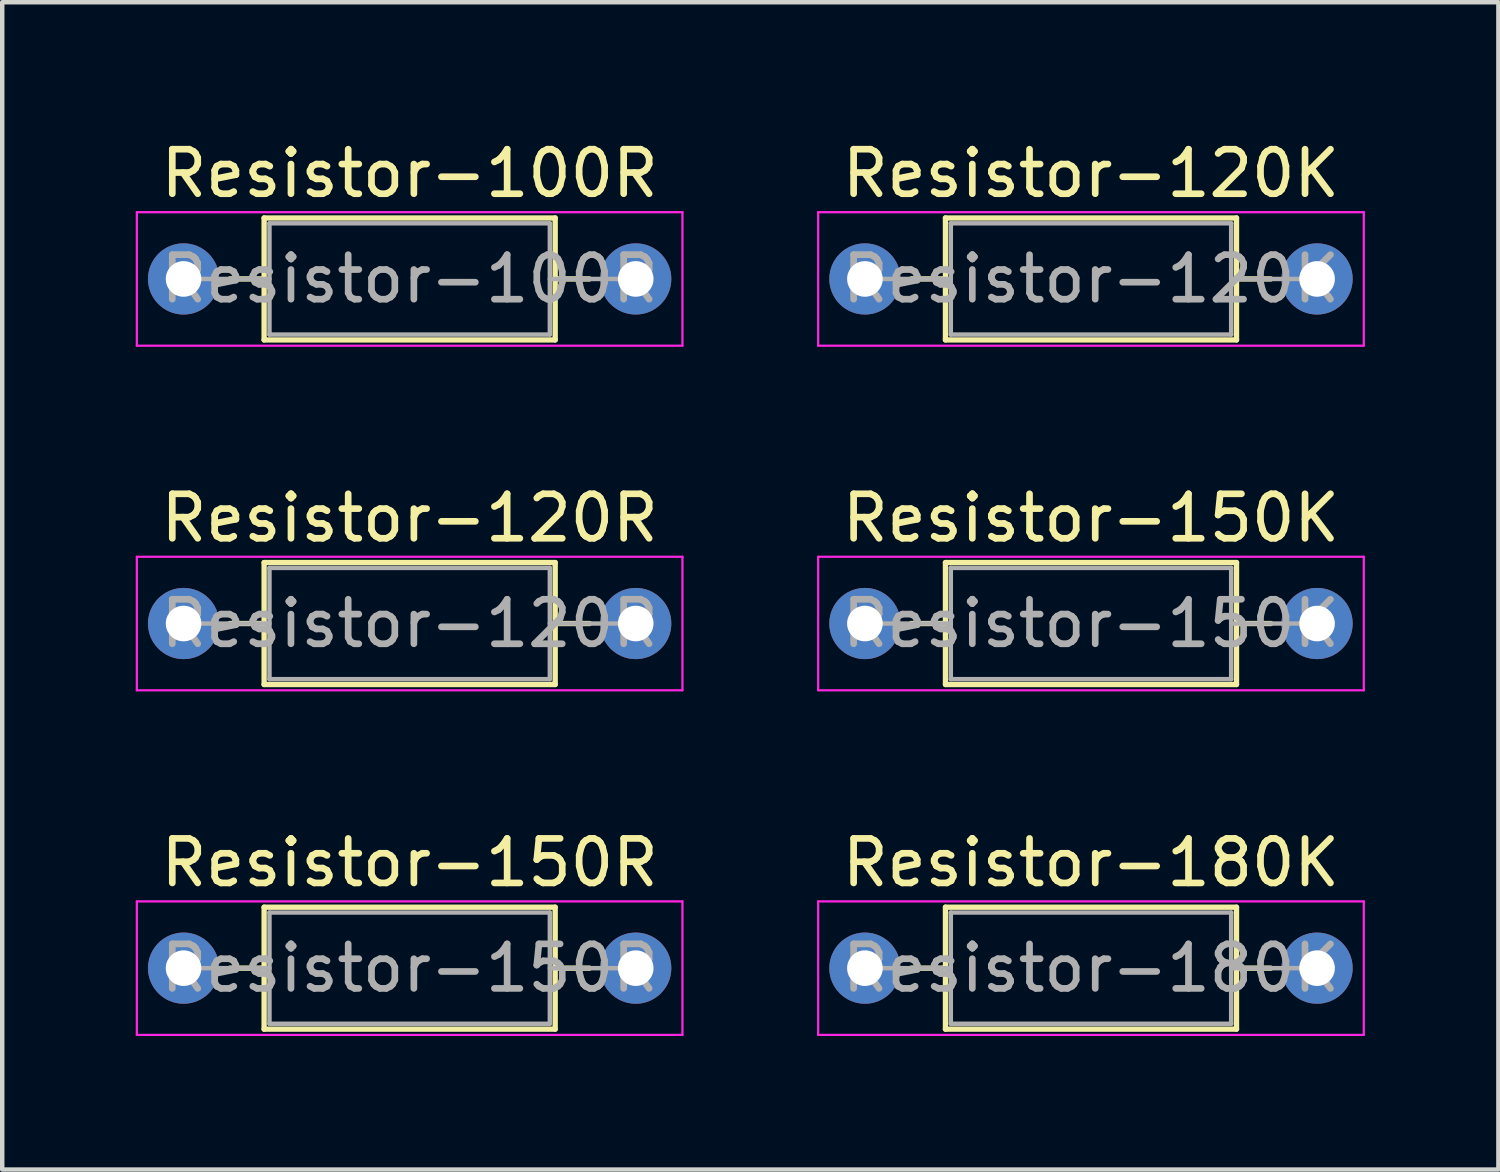
<source format=kicad_pcb>
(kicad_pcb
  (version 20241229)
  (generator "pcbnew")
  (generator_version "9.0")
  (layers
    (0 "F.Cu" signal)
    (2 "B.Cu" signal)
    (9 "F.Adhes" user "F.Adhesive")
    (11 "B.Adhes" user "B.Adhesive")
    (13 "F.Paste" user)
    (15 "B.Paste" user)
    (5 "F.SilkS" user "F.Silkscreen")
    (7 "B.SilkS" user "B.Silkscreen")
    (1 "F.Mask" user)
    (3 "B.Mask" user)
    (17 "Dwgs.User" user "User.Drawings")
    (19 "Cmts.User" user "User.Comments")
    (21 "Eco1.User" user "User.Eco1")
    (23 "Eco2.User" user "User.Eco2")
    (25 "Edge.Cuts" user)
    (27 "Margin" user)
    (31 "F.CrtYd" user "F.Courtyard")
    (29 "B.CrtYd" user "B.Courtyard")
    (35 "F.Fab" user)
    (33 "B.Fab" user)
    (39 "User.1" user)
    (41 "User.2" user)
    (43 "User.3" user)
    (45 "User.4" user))
  (footprint "Resistor-180K"
    (layer "F.Cu")
    (at 21.465 18.705)
    (property "Reference" "Resistor-180K" (at 0 -2.37 0) (layer "F.SilkS") (effects (font (size 1 1) (thickness 0.15))))
    (attr through_hole)
    (fp_line (start -4.04 0) (end -3.27 0) (stroke (width 0.12) (type solid)) (layer "F.SilkS"))
    (fp_line (start -3.27 -1.37) (end -3.27 1.37) (stroke (width 0.12) (type solid)) (layer "F.SilkS"))
    (fp_line (start -3.27 1.37) (end 3.27 1.37) (stroke (width 0.12) (type solid)) (layer "F.SilkS"))
    (fp_line (start 3.27 -1.37) (end -3.27 -1.37) (stroke (width 0.12) (type solid)) (layer "F.SilkS"))
    (fp_line (start 3.27 1.37) (end 3.27 -1.37) (stroke (width 0.12) (type solid)) (layer "F.SilkS"))
    (fp_line (start 4.04 0) (end 3.27 0) (stroke (width 0.12) (type solid)) (layer "F.SilkS"))
    (fp_line (start -6.13 -1.5) (end -6.13 1.5) (stroke (width 0.05) (type solid)) (layer "F.CrtYd"))
    (fp_line (start -6.13 1.5) (end 6.13 1.5) (stroke (width 0.05) (type solid)) (layer "F.CrtYd"))
    (fp_line (start 6.13 -1.5) (end -6.13 -1.5) (stroke (width 0.05) (type solid)) (layer "F.CrtYd"))
    (fp_line (start 6.13 1.5) (end 6.13 -1.5) (stroke (width 0.05) (type solid)) (layer "F.CrtYd"))
    (fp_line (start -5.08 0) (end -3.15 0) (stroke (width 0.1) (type solid)) (layer "F.Fab"))
    (fp_line (start -3.15 -1.25) (end -3.15 1.25) (stroke (width 0.1) (type solid)) (layer "F.Fab"))
    (fp_line (start -3.15 1.25) (end 3.15 1.25) (stroke (width 0.1) (type solid)) (layer "F.Fab"))
    (fp_line (start 3.15 -1.25) (end -3.15 -1.25) (stroke (width 0.1) (type solid)) (layer "F.Fab"))
    (fp_line (start 3.15 1.25) (end 3.15 -1.25) (stroke (width 0.1) (type solid)) (layer "F.Fab"))
    (fp_line (start 5.08 0) (end 3.15 0) (stroke (width 0.1) (type solid)) (layer "F.Fab"))
    (fp_text user "${REFERENCE}" (at 0 0 0) (layer "F.Fab") (effects (font (size 1 1) (thickness 0.15))))
    (pad "1" thru_hole circle (at -5.08 0) (size 1.6 1.6) (drill 0.8) (layers "*.Cu" "*.Mask"))
    (pad "2" thru_hole oval (at 5.08 0) (size 1.6 1.6) (drill 0.8) (layers "*.Cu" "*.Mask")))
  (footprint "Resistor-100R"
    (layer "F.Cu")
    (at 6.155 3.218)
    (property "Reference" "Resistor-100R" (at 0 -2.37 0) (layer "F.SilkS") (effects (font (size 1 1) (thickness 0.15))))
    (attr through_hole)
    (fp_line (start -4.04 0) (end -3.27 0) (stroke (width 0.12) (type solid)) (layer "F.SilkS"))
    (fp_line (start -3.27 -1.37) (end -3.27 1.37) (stroke (width 0.12) (type solid)) (layer "F.SilkS"))
    (fp_line (start -3.27 1.37) (end 3.27 1.37) (stroke (width 0.12) (type solid)) (layer "F.SilkS"))
    (fp_line (start 3.27 -1.37) (end -3.27 -1.37) (stroke (width 0.12) (type solid)) (layer "F.SilkS"))
    (fp_line (start 3.27 1.37) (end 3.27 -1.37) (stroke (width 0.12) (type solid)) (layer "F.SilkS"))
    (fp_line (start 4.04 0) (end 3.27 0) (stroke (width 0.12) (type solid)) (layer "F.SilkS"))
    (fp_line (start -6.13 -1.5) (end -6.13 1.5) (stroke (width 0.05) (type solid)) (layer "F.CrtYd"))
    (fp_line (start -6.13 1.5) (end 6.13 1.5) (stroke (width 0.05) (type solid)) (layer "F.CrtYd"))
    (fp_line (start 6.13 -1.5) (end -6.13 -1.5) (stroke (width 0.05) (type solid)) (layer "F.CrtYd"))
    (fp_line (start 6.13 1.5) (end 6.13 -1.5) (stroke (width 0.05) (type solid)) (layer "F.CrtYd"))
    (fp_line (start -5.08 0) (end -3.15 0) (stroke (width 0.1) (type solid)) (layer "F.Fab"))
    (fp_line (start -3.15 -1.25) (end -3.15 1.25) (stroke (width 0.1) (type solid)) (layer "F.Fab"))
    (fp_line (start -3.15 1.25) (end 3.15 1.25) (stroke (width 0.1) (type solid)) (layer "F.Fab"))
    (fp_line (start 3.15 -1.25) (end -3.15 -1.25) (stroke (width 0.1) (type solid)) (layer "F.Fab"))
    (fp_line (start 3.15 1.25) (end 3.15 -1.25) (stroke (width 0.1) (type solid)) (layer "F.Fab"))
    (fp_line (start 5.08 0) (end 3.15 0) (stroke (width 0.1) (type solid)) (layer "F.Fab"))
    (fp_text user "${REFERENCE}" (at 0 0 0) (layer "F.Fab") (effects (font (size 1 1) (thickness 0.15))))
    (pad "1" thru_hole circle (at -5.08 0) (size 1.6 1.6) (drill 0.8) (layers "*.Cu" "*.Mask"))
    (pad "2" thru_hole oval (at 5.08 0) (size 1.6 1.6) (drill 0.8) (layers "*.Cu" "*.Mask")))
  (footprint "Resistor-120K"
    (layer "F.Cu")
    (at 21.465 3.218)
    (property "Reference" "Resistor-120K" (at 0 -2.37 0) (layer "F.SilkS") (effects (font (size 1 1) (thickness 0.15))))
    (attr through_hole)
    (fp_line (start -4.04 0) (end -3.27 0) (stroke (width 0.12) (type solid)) (layer "F.SilkS"))
    (fp_line (start -3.27 -1.37) (end -3.27 1.37) (stroke (width 0.12) (type solid)) (layer "F.SilkS"))
    (fp_line (start -3.27 1.37) (end 3.27 1.37) (stroke (width 0.12) (type solid)) (layer "F.SilkS"))
    (fp_line (start 3.27 -1.37) (end -3.27 -1.37) (stroke (width 0.12) (type solid)) (layer "F.SilkS"))
    (fp_line (start 3.27 1.37) (end 3.27 -1.37) (stroke (width 0.12) (type solid)) (layer "F.SilkS"))
    (fp_line (start 4.04 0) (end 3.27 0) (stroke (width 0.12) (type solid)) (layer "F.SilkS"))
    (fp_line (start -6.13 -1.5) (end -6.13 1.5) (stroke (width 0.05) (type solid)) (layer "F.CrtYd"))
    (fp_line (start -6.13 1.5) (end 6.13 1.5) (stroke (width 0.05) (type solid)) (layer "F.CrtYd"))
    (fp_line (start 6.13 -1.5) (end -6.13 -1.5) (stroke (width 0.05) (type solid)) (layer "F.CrtYd"))
    (fp_line (start 6.13 1.5) (end 6.13 -1.5) (stroke (width 0.05) (type solid)) (layer "F.CrtYd"))
    (fp_line (start -5.08 0) (end -3.15 0) (stroke (width 0.1) (type solid)) (layer "F.Fab"))
    (fp_line (start -3.15 -1.25) (end -3.15 1.25) (stroke (width 0.1) (type solid)) (layer "F.Fab"))
    (fp_line (start -3.15 1.25) (end 3.15 1.25) (stroke (width 0.1) (type solid)) (layer "F.Fab"))
    (fp_line (start 3.15 -1.25) (end -3.15 -1.25) (stroke (width 0.1) (type solid)) (layer "F.Fab"))
    (fp_line (start 3.15 1.25) (end 3.15 -1.25) (stroke (width 0.1) (type solid)) (layer "F.Fab"))
    (fp_line (start 5.08 0) (end 3.15 0) (stroke (width 0.1) (type solid)) (layer "F.Fab"))
    (fp_text user "${REFERENCE}" (at 0 0 0) (layer "F.Fab") (effects (font (size 1 1) (thickness 0.15))))
    (pad "1" thru_hole circle (at -5.08 0) (size 1.6 1.6) (drill 0.8) (layers "*.Cu" "*.Mask"))
    (pad "2" thru_hole oval (at 5.08 0) (size 1.6 1.6) (drill 0.8) (layers "*.Cu" "*.Mask")))
  (footprint "Resistor-150R"
    (layer "F.Cu")
    (at 6.155 18.705)
    (property "Reference" "Resistor-150R" (at 0 -2.37 0) (layer "F.SilkS") (effects (font (size 1 1) (thickness 0.15))))
    (attr through_hole)
    (fp_line (start -4.04 0) (end -3.27 0) (stroke (width 0.12) (type solid)) (layer "F.SilkS"))
    (fp_line (start -3.27 -1.37) (end -3.27 1.37) (stroke (width 0.12) (type solid)) (layer "F.SilkS"))
    (fp_line (start -3.27 1.37) (end 3.27 1.37) (stroke (width 0.12) (type solid)) (layer "F.SilkS"))
    (fp_line (start 3.27 -1.37) (end -3.27 -1.37) (stroke (width 0.12) (type solid)) (layer "F.SilkS"))
    (fp_line (start 3.27 1.37) (end 3.27 -1.37) (stroke (width 0.12) (type solid)) (layer "F.SilkS"))
    (fp_line (start 4.04 0) (end 3.27 0) (stroke (width 0.12) (type solid)) (layer "F.SilkS"))
    (fp_line (start -6.13 -1.5) (end -6.13 1.5) (stroke (width 0.05) (type solid)) (layer "F.CrtYd"))
    (fp_line (start -6.13 1.5) (end 6.13 1.5) (stroke (width 0.05) (type solid)) (layer "F.CrtYd"))
    (fp_line (start 6.13 -1.5) (end -6.13 -1.5) (stroke (width 0.05) (type solid)) (layer "F.CrtYd"))
    (fp_line (start 6.13 1.5) (end 6.13 -1.5) (stroke (width 0.05) (type solid)) (layer "F.CrtYd"))
    (fp_line (start -5.08 0) (end -3.15 0) (stroke (width 0.1) (type solid)) (layer "F.Fab"))
    (fp_line (start -3.15 -1.25) (end -3.15 1.25) (stroke (width 0.1) (type solid)) (layer "F.Fab"))
    (fp_line (start -3.15 1.25) (end 3.15 1.25) (stroke (width 0.1) (type solid)) (layer "F.Fab"))
    (fp_line (start 3.15 -1.25) (end -3.15 -1.25) (stroke (width 0.1) (type solid)) (layer "F.Fab"))
    (fp_line (start 3.15 1.25) (end 3.15 -1.25) (stroke (width 0.1) (type solid)) (layer "F.Fab"))
    (fp_line (start 5.08 0) (end 3.15 0) (stroke (width 0.1) (type solid)) (layer "F.Fab"))
    (fp_text user "${REFERENCE}" (at 0 0 0) (layer "F.Fab") (effects (font (size 1 1) (thickness 0.15))))
    (pad "1" thru_hole circle (at -5.08 0) (size 1.6 1.6) (drill 0.8) (layers "*.Cu" "*.Mask"))
    (pad "2" thru_hole oval (at 5.08 0) (size 1.6 1.6) (drill 0.8) (layers "*.Cu" "*.Mask")))
  (footprint "Resistor-150K"
    (layer "F.Cu")
    (at 21.465 10.961)
    (property "Reference" "Resistor-150K" (at 0 -2.37 0) (layer "F.SilkS") (effects (font (size 1 1) (thickness 0.15))))
    (attr through_hole)
    (fp_line (start -4.04 0) (end -3.27 0) (stroke (width 0.12) (type solid)) (layer "F.SilkS"))
    (fp_line (start -3.27 -1.37) (end -3.27 1.37) (stroke (width 0.12) (type solid)) (layer "F.SilkS"))
    (fp_line (start -3.27 1.37) (end 3.27 1.37) (stroke (width 0.12) (type solid)) (layer "F.SilkS"))
    (fp_line (start 3.27 -1.37) (end -3.27 -1.37) (stroke (width 0.12) (type solid)) (layer "F.SilkS"))
    (fp_line (start 3.27 1.37) (end 3.27 -1.37) (stroke (width 0.12) (type solid)) (layer "F.SilkS"))
    (fp_line (start 4.04 0) (end 3.27 0) (stroke (width 0.12) (type solid)) (layer "F.SilkS"))
    (fp_line (start -6.13 -1.5) (end -6.13 1.5) (stroke (width 0.05) (type solid)) (layer "F.CrtYd"))
    (fp_line (start -6.13 1.5) (end 6.13 1.5) (stroke (width 0.05) (type solid)) (layer "F.CrtYd"))
    (fp_line (start 6.13 -1.5) (end -6.13 -1.5) (stroke (width 0.05) (type solid)) (layer "F.CrtYd"))
    (fp_line (start 6.13 1.5) (end 6.13 -1.5) (stroke (width 0.05) (type solid)) (layer "F.CrtYd"))
    (fp_line (start -5.08 0) (end -3.15 0) (stroke (width 0.1) (type solid)) (layer "F.Fab"))
    (fp_line (start -3.15 -1.25) (end -3.15 1.25) (stroke (width 0.1) (type solid)) (layer "F.Fab"))
    (fp_line (start -3.15 1.25) (end 3.15 1.25) (stroke (width 0.1) (type solid)) (layer "F.Fab"))
    (fp_line (start 3.15 -1.25) (end -3.15 -1.25) (stroke (width 0.1) (type solid)) (layer "F.Fab"))
    (fp_line (start 3.15 1.25) (end 3.15 -1.25) (stroke (width 0.1) (type solid)) (layer "F.Fab"))
    (fp_line (start 5.08 0) (end 3.15 0) (stroke (width 0.1) (type solid)) (layer "F.Fab"))
    (fp_text user "${REFERENCE}" (at 0 0 0) (layer "F.Fab") (effects (font (size 1 1) (thickness 0.15))))
    (pad "1" thru_hole circle (at -5.08 0) (size 1.6 1.6) (drill 0.8) (layers "*.Cu" "*.Mask"))
    (pad "2" thru_hole oval (at 5.08 0) (size 1.6 1.6) (drill 0.8) (layers "*.Cu" "*.Mask")))
  (footprint "Resistor-120R"
    (layer "F.Cu")
    (at 6.155 10.961)
    (property "Reference" "Resistor-120R" (at 0 -2.37 0) (layer "F.SilkS") (effects (font (size 1 1) (thickness 0.15))))
    (attr through_hole)
    (fp_line (start -4.04 0) (end -3.27 0) (stroke (width 0.12) (type solid)) (layer "F.SilkS"))
    (fp_line (start -3.27 -1.37) (end -3.27 1.37) (stroke (width 0.12) (type solid)) (layer "F.SilkS"))
    (fp_line (start -3.27 1.37) (end 3.27 1.37) (stroke (width 0.12) (type solid)) (layer "F.SilkS"))
    (fp_line (start 3.27 -1.37) (end -3.27 -1.37) (stroke (width 0.12) (type solid)) (layer "F.SilkS"))
    (fp_line (start 3.27 1.37) (end 3.27 -1.37) (stroke (width 0.12) (type solid)) (layer "F.SilkS"))
    (fp_line (start 4.04 0) (end 3.27 0) (stroke (width 0.12) (type solid)) (layer "F.SilkS"))
    (fp_line (start -6.13 -1.5) (end -6.13 1.5) (stroke (width 0.05) (type solid)) (layer "F.CrtYd"))
    (fp_line (start -6.13 1.5) (end 6.13 1.5) (stroke (width 0.05) (type solid)) (layer "F.CrtYd"))
    (fp_line (start 6.13 -1.5) (end -6.13 -1.5) (stroke (width 0.05) (type solid)) (layer "F.CrtYd"))
    (fp_line (start 6.13 1.5) (end 6.13 -1.5) (stroke (width 0.05) (type solid)) (layer "F.CrtYd"))
    (fp_line (start -5.08 0) (end -3.15 0) (stroke (width 0.1) (type solid)) (layer "F.Fab"))
    (fp_line (start -3.15 -1.25) (end -3.15 1.25) (stroke (width 0.1) (type solid)) (layer "F.Fab"))
    (fp_line (start -3.15 1.25) (end 3.15 1.25) (stroke (width 0.1) (type solid)) (layer "F.Fab"))
    (fp_line (start 3.15 -1.25) (end -3.15 -1.25) (stroke (width 0.1) (type solid)) (layer "F.Fab"))
    (fp_line (start 3.15 1.25) (end 3.15 -1.25) (stroke (width 0.1) (type solid)) (layer "F.Fab"))
    (fp_line (start 5.08 0) (end 3.15 0) (stroke (width 0.1) (type solid)) (layer "F.Fab"))
    (fp_text user "${REFERENCE}" (at 0 0 0) (layer "F.Fab") (effects (font (size 1 1) (thickness 0.15))))
    (pad "1" thru_hole circle (at -5.08 0) (size 1.6 1.6) (drill 0.8) (layers "*.Cu" "*.Mask"))
    (pad "2" thru_hole oval (at 5.08 0) (size 1.6 1.6) (drill 0.8) (layers "*.Cu" "*.Mask")))
  (gr_rect
    (start -3 -3)
    (end 30.62 23.23)
    (stroke (width 0.1) (type default))
    (fill no)
    (layer "Edge.Cuts")))
</source>
